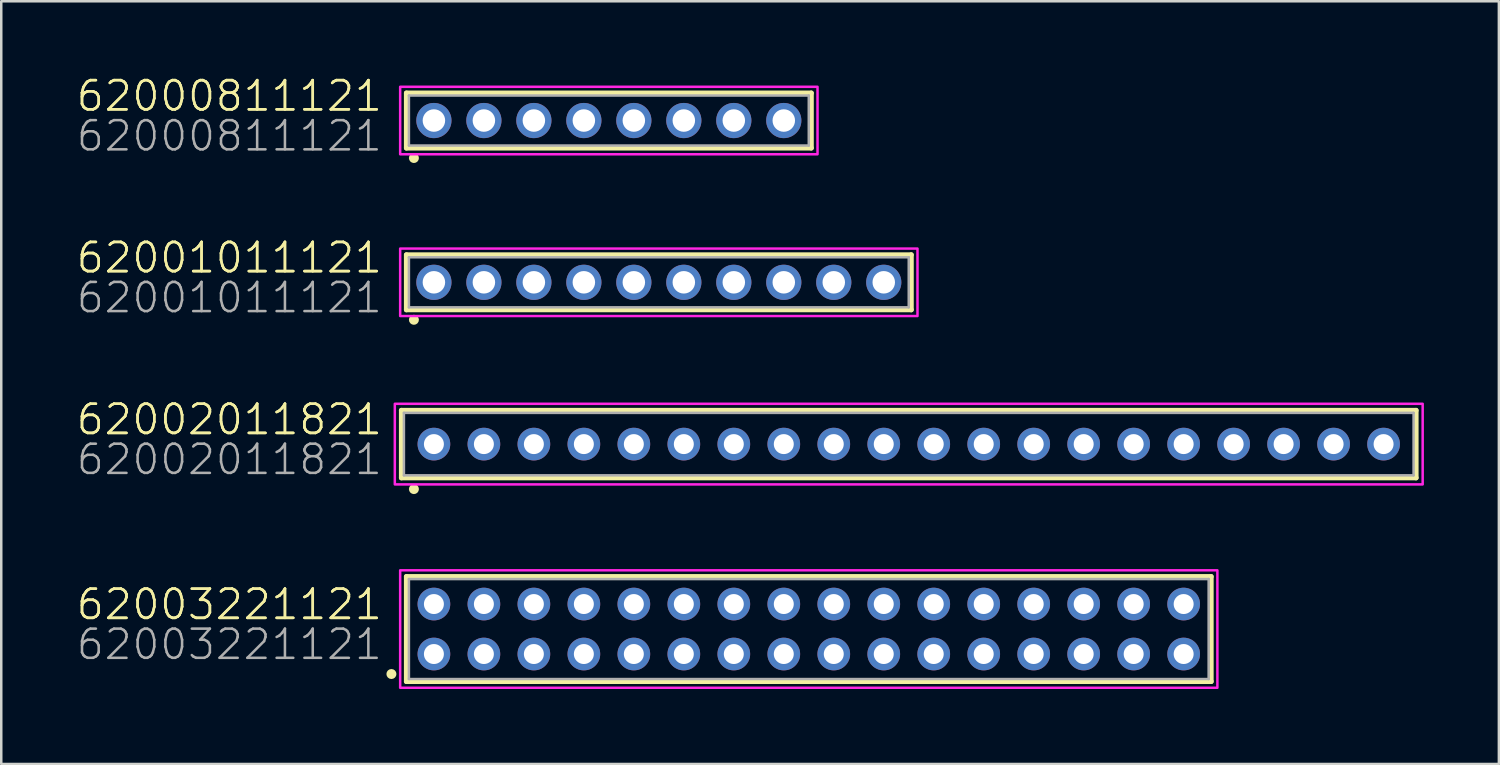
<source format=kicad_pcb>
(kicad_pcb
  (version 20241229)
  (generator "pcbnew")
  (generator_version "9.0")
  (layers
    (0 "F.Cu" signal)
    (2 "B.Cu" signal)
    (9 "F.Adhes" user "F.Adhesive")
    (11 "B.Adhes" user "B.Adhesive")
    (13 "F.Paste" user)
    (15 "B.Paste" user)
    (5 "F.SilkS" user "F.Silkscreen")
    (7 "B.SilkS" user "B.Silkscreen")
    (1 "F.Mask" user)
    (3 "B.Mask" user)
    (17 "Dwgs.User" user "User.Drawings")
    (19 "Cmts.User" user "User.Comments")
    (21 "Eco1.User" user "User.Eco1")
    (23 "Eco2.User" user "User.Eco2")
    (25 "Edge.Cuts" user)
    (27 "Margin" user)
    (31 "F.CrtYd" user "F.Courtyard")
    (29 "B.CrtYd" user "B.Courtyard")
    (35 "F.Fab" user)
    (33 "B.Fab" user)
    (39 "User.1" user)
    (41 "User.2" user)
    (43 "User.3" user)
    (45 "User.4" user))
  (footprint "62000811121"
    (layer "F.Cu")
    (at 21.312 1.773)
    (property "Reference" "62000811121" (at -9 -0.3 0) (unlocked yes) (layer "F.SilkS") (effects (font (size 1.168 1.168) (thickness 0.102)) (justify right bottom)))
    (property "Value" "62000811121" (at -9 1.3 0) (unlocked yes) (layer "F.Fab") (hide yes) (effects (font (size 1.168 1.168) (thickness 0.102)) (justify right bottom)))
    (fp_line (start -8.1 -1.1) (end 8.1 -1.1) (stroke (width 0.2) (type solid)) (layer "F.SilkS"))
    (fp_line (start -8.1 1.1) (end -8.1 -1.1) (stroke (width 0.2) (type solid)) (layer "F.SilkS"))
    (fp_line (start 8.1 -1.1) (end 8.1 1.1) (stroke (width 0.2) (type solid)) (layer "F.SilkS"))
    (fp_line (start 8.1 1.1) (end -8.1 1.1) (stroke (width 0.2) (type solid)) (layer "F.SilkS"))
    (fp_circle (center -7.8 1.5) (end -7.7 1.5) (stroke (width 0.2) (type solid)) (fill no) (layer "F.SilkS"))
    (fp_poly (pts (xy 8.35 1.35) (xy -8.35 1.35) (xy -8.35 -1.35) (xy 8.35 -1.35)) (stroke (width 0.1) (type default)) (fill no) (layer "F.CrtYd"))
    (fp_line (start -8 -1) (end -8 1) (stroke (width 0.1) (type solid)) (layer "F.Fab"))
    (fp_line (start -8 1) (end 8 1) (stroke (width 0.1) (type solid)) (layer "F.Fab"))
    (fp_line (start 8 -1) (end -8 -1) (stroke (width 0.1) (type solid)) (layer "F.Fab"))
    (fp_line (start 8 1) (end 8 -1) (stroke (width 0.1) (type solid)) (layer "F.Fab"))
    (fp_text user "${REFERENCE}" (at -9 -0.3 0) (unlocked yes) (layer "F.SilkS") (effects (font (size 1.168 1.168) (thickness 0.102)) (justify right bottom)))
    (fp_text user "${VALUE}" (at -9 1.3 0) (unlocked yes) (layer "F.Fab") (effects (font (size 1.168 1.168) (thickness 0.102)) (justify right bottom)))
    (pad "1" thru_hole circle (at -7 0) (size 1.408 1.408) (drill 0.9) (layers "*.Cu" "*.Mask"))
    (pad "2" thru_hole circle (at -5 0) (size 1.408 1.408) (drill 0.9) (layers "*.Cu" "*.Mask"))
    (pad "3" thru_hole circle (at -3 0) (size 1.408 1.408) (drill 0.9) (layers "*.Cu" "*.Mask"))
    (pad "4" thru_hole circle (at -1 0) (size 1.408 1.408) (drill 0.9) (layers "*.Cu" "*.Mask"))
    (pad "5" thru_hole circle (at 1 0) (size 1.408 1.408) (drill 0.9) (layers "*.Cu" "*.Mask"))
    (pad "6" thru_hole circle (at 3 0) (size 1.408 1.408) (drill 0.9) (layers "*.Cu" "*.Mask"))
    (pad "7" thru_hole circle (at 5 0) (size 1.408 1.408) (drill 0.9) (layers "*.Cu" "*.Mask"))
    (pad "8" thru_hole circle (at 7 0) (size 1.408 1.408) (drill 0.9) (layers "*.Cu" "*.Mask")))
  (footprint "62001011121"
    (layer "F.Cu")
    (at 23.312 8.246)
    (property "Reference" "62001011121" (at -11 -0.3 0) (unlocked yes) (layer "F.SilkS") (effects (font (size 1.168 1.168) (thickness 0.102)) (justify right bottom)))
    (property "Value" "62001011121" (at -11 1.3 0) (unlocked yes) (layer "F.Fab") (hide yes) (effects (font (size 1.168 1.168) (thickness 0.102)) (justify right bottom)))
    (fp_line (start -10.1 -1.1) (end 10.1 -1.1) (stroke (width 0.2) (type solid)) (layer "F.SilkS"))
    (fp_line (start -10.1 1.1) (end -10.1 -1.1) (stroke (width 0.2) (type solid)) (layer "F.SilkS"))
    (fp_line (start 10.1 -1.1) (end 10.1 1.1) (stroke (width 0.2) (type solid)) (layer "F.SilkS"))
    (fp_line (start 10.1 1.1) (end -10.1 1.1) (stroke (width 0.2) (type solid)) (layer "F.SilkS"))
    (fp_circle (center -9.8 1.5) (end -9.7 1.5) (stroke (width 0.2) (type solid)) (fill no) (layer "F.SilkS"))
    (fp_poly (pts (xy 10.35 1.35) (xy -10.35 1.35) (xy -10.35 -1.35) (xy 10.35 -1.35)) (stroke (width 0.1) (type default)) (fill no) (layer "F.CrtYd"))
    (fp_line (start -10 -1) (end -10 1) (stroke (width 0.1) (type solid)) (layer "F.Fab"))
    (fp_line (start -10 1) (end 10 1) (stroke (width 0.1) (type solid)) (layer "F.Fab"))
    (fp_line (start 10 -1) (end -10 -1) (stroke (width 0.1) (type solid)) (layer "F.Fab"))
    (fp_line (start 10 1) (end 10 -1) (stroke (width 0.1) (type solid)) (layer "F.Fab"))
    (fp_text user "${REFERENCE}" (at -11 -0.3 0) (unlocked yes) (layer "F.SilkS") (effects (font (size 1.168 1.168) (thickness 0.102)) (justify right bottom)))
    (fp_text user "${VALUE}" (at -11 1.3 0) (unlocked yes) (layer "F.Fab") (effects (font (size 1.168 1.168) (thickness 0.102)) (justify right bottom)))
    (pad "1" thru_hole circle (at -9 0) (size 1.408 1.408) (drill 0.9) (layers "*.Cu" "*.Mask"))
    (pad "2" thru_hole circle (at -7 0) (size 1.408 1.408) (drill 0.9) (layers "*.Cu" "*.Mask"))
    (pad "3" thru_hole circle (at -5 0) (size 1.408 1.408) (drill 0.9) (layers "*.Cu" "*.Mask"))
    (pad "4" thru_hole circle (at -3 0) (size 1.408 1.408) (drill 0.9) (layers "*.Cu" "*.Mask"))
    (pad "5" thru_hole circle (at -1 0) (size 1.408 1.408) (drill 0.9) (layers "*.Cu" "*.Mask"))
    (pad "6" thru_hole circle (at 1 0) (size 1.408 1.408) (drill 0.9) (layers "*.Cu" "*.Mask"))
    (pad "7" thru_hole circle (at 3 0) (size 1.408 1.408) (drill 0.9) (layers "*.Cu" "*.Mask"))
    (pad "8" thru_hole circle (at 5 0) (size 1.408 1.408) (drill 0.9) (layers "*.Cu" "*.Mask"))
    (pad "9" thru_hole circle (at 7 0) (size 1.408 1.408) (drill 0.9) (layers "*.Cu" "*.Mask"))
    (pad "10" thru_hole circle (at 9 0) (size 1.408 1.408) (drill 0.9) (layers "*.Cu" "*.Mask")))
  (footprint "62002011821"
    (layer "F.Cu")
    (at 33.312 14.72)
    (property "Reference" "62002011821" (at -21 -0.3 0) (unlocked yes) (layer "F.SilkS") (effects (font (size 1.168 1.168) (thickness 0.102)) (justify right bottom)))
    (property "Value" "62002011821" (at -21 1.3 0) (unlocked yes) (layer "F.Fab") (hide yes) (effects (font (size 1.168 1.168) (thickness 0.102)) (justify right bottom)))
    (fp_line (start -20.3 -1.35) (end -20.3 1.35) (stroke (width 0.2) (type solid)) (layer "F.SilkS"))
    (fp_line (start -20.3 1.35) (end 20.3 1.35) (stroke (width 0.2) (type solid)) (layer "F.SilkS"))
    (fp_line (start 20.3 -1.35) (end -20.3 -1.35) (stroke (width 0.2) (type solid)) (layer "F.SilkS"))
    (fp_line (start 20.3 1.35) (end 20.3 -1.35) (stroke (width 0.2) (type solid)) (layer "F.SilkS"))
    (fp_circle (center -19.8 1.8) (end -19.7 1.8) (stroke (width 0.2) (type solid)) (fill no) (layer "F.SilkS"))
    (fp_poly (pts (xy 20.564 1.613) (xy -20.564 1.613) (xy -20.564 -1.613) (xy 20.564 -1.613)) (stroke (width 0.1) (type default)) (fill no) (layer "F.CrtYd"))
    (fp_line (start -20.2 -1.25) (end -20.2 1.25) (stroke (width 0.1) (type solid)) (layer "F.Fab"))
    (fp_line (start -20.2 1.25) (end 20.2 1.25) (stroke (width 0.1) (type solid)) (layer "F.Fab"))
    (fp_line (start 20.2 -1.25) (end -20.2 -1.25) (stroke (width 0.1) (type solid)) (layer "F.Fab"))
    (fp_line (start 20.2 1.25) (end 20.2 -1.25) (stroke (width 0.1) (type solid)) (layer "F.Fab"))
    (fp_text user "${REFERENCE}" (at -21 -0.3 0) (unlocked yes) (layer "F.SilkS") (effects (font (size 1.168 1.168) (thickness 0.102)) (justify right bottom)))
    (fp_text user "${VALUE}" (at -21 1.3 0) (unlocked yes) (layer "F.Fab") (effects (font (size 1.168 1.168) (thickness 0.102)) (justify right bottom)))
    (pad "1" thru_hole circle (at -19 0) (size 1.308 1.308) (drill 0.8) (layers "*.Cu" "*.Mask"))
    (pad "2" thru_hole circle (at -17 0) (size 1.308 1.308) (drill 0.8) (layers "*.Cu" "*.Mask"))
    (pad "3" thru_hole circle (at -15 0) (size 1.308 1.308) (drill 0.8) (layers "*.Cu" "*.Mask"))
    (pad "4" thru_hole circle (at -13 0) (size 1.308 1.308) (drill 0.8) (layers "*.Cu" "*.Mask"))
    (pad "5" thru_hole circle (at -11 0) (size 1.308 1.308) (drill 0.8) (layers "*.Cu" "*.Mask"))
    (pad "6" thru_hole circle (at -9 0) (size 1.308 1.308) (drill 0.8) (layers "*.Cu" "*.Mask"))
    (pad "7" thru_hole circle (at -7 0) (size 1.308 1.308) (drill 0.8) (layers "*.Cu" "*.Mask"))
    (pad "8" thru_hole circle (at -5 0) (size 1.308 1.308) (drill 0.8) (layers "*.Cu" "*.Mask"))
    (pad "9" thru_hole circle (at -3 0) (size 1.308 1.308) (drill 0.8) (layers "*.Cu" "*.Mask"))
    (pad "10" thru_hole circle (at -1 0) (size 1.308 1.308) (drill 0.8) (layers "*.Cu" "*.Mask"))
    (pad "11" thru_hole circle (at 1 0) (size 1.308 1.308) (drill 0.8) (layers "*.Cu" "*.Mask"))
    (pad "12" thru_hole circle (at 3 0) (size 1.308 1.308) (drill 0.8) (layers "*.Cu" "*.Mask"))
    (pad "13" thru_hole circle (at 5 0) (size 1.308 1.308) (drill 0.8) (layers "*.Cu" "*.Mask"))
    (pad "14" thru_hole circle (at 7 0) (size 1.308 1.308) (drill 0.8) (layers "*.Cu" "*.Mask"))
    (pad "15" thru_hole circle (at 9 0) (size 1.308 1.308) (drill 0.8) (layers "*.Cu" "*.Mask"))
    (pad "16" thru_hole circle (at 11 0) (size 1.308 1.308) (drill 0.8) (layers "*.Cu" "*.Mask"))
    (pad "17" thru_hole circle (at 13 0) (size 1.308 1.308) (drill 0.8) (layers "*.Cu" "*.Mask"))
    (pad "18" thru_hole circle (at 15 0) (size 1.308 1.308) (drill 0.8) (layers "*.Cu" "*.Mask"))
    (pad "19" thru_hole circle (at 17 0) (size 1.308 1.308) (drill 0.8) (layers "*.Cu" "*.Mask"))
    (pad "20" thru_hole circle (at 19 0) (size 1.308 1.308) (drill 0.8) (layers "*.Cu" "*.Mask")))
  (footprint "62003221121"
    (layer "F.Cu")
    (at 29.312 22.12)
    (property "Reference" "62003221121" (at -17 -0.3 0) (unlocked yes) (layer "F.SilkS") (effects (font (size 1.168 1.168) (thickness 0.102)) (justify right bottom)))
    (property "Value" "62003221121" (at -17 1.3 0) (unlocked yes) (layer "F.Fab") (hide yes) (effects (font (size 1.168 1.168) (thickness 0.102)) (justify right bottom)))
    (fp_line (start -16.1 -2.1) (end 16.1 -2.1) (stroke (width 0.2) (type solid)) (layer "F.SilkS"))
    (fp_line (start -16.1 2.1) (end -16.1 -2.1) (stroke (width 0.2) (type solid)) (layer "F.SilkS"))
    (fp_line (start 16.1 -2.1) (end 16.1 2.1) (stroke (width 0.2) (type solid)) (layer "F.SilkS"))
    (fp_line (start 16.1 2.1) (end -16.1 2.1) (stroke (width 0.2) (type solid)) (layer "F.SilkS"))
    (fp_circle (center -16.7 1.8) (end -16.6 1.8) (stroke (width 0.2) (type solid)) (fill no) (layer "F.SilkS"))
    (fp_poly (pts (xy 16.35 2.35) (xy -16.35 2.35) (xy -16.35 -2.35) (xy 16.35 -2.35)) (stroke (width 0.1) (type default)) (fill no) (layer "F.CrtYd"))
    (fp_line (start -16 -2) (end -16 2) (stroke (width 0.1) (type solid)) (layer "F.Fab"))
    (fp_line (start -16 2) (end 16 2) (stroke (width 0.1) (type solid)) (layer "F.Fab"))
    (fp_line (start 16 -2) (end -16 -2) (stroke (width 0.1) (type solid)) (layer "F.Fab"))
    (fp_line (start 16 2) (end 16 -2) (stroke (width 0.1) (type solid)) (layer "F.Fab"))
    (fp_text user "${REFERENCE}" (at -17 -0.3 0) (unlocked yes) (layer "F.SilkS") (effects (font (size 1.168 1.168) (thickness 0.102)) (justify right bottom)))
    (fp_text user "${VALUE}" (at -17 1.3 0) (unlocked yes) (layer "F.Fab") (effects (font (size 1.168 1.168) (thickness 0.102)) (justify right bottom)))
    (pad "1" thru_hole circle (at -15 1) (size 1.308 1.308) (drill 0.8) (layers "*.Cu" "*.Mask"))
    (pad "2" thru_hole circle (at -15 -1) (size 1.308 1.308) (drill 0.8) (layers "*.Cu" "*.Mask"))
    (pad "3" thru_hole circle (at -13 1) (size 1.308 1.308) (drill 0.8) (layers "*.Cu" "*.Mask"))
    (pad "4" thru_hole circle (at -13 -1) (size 1.308 1.308) (drill 0.8) (layers "*.Cu" "*.Mask"))
    (pad "5" thru_hole circle (at -11 1) (size 1.308 1.308) (drill 0.8) (layers "*.Cu" "*.Mask"))
    (pad "6" thru_hole circle (at -11 -1) (size 1.308 1.308) (drill 0.8) (layers "*.Cu" "*.Mask"))
    (pad "7" thru_hole circle (at -9 1) (size 1.308 1.308) (drill 0.8) (layers "*.Cu" "*.Mask"))
    (pad "8" thru_hole circle (at -9 -1) (size 1.308 1.308) (drill 0.8) (layers "*.Cu" "*.Mask"))
    (pad "9" thru_hole circle (at -7 1) (size 1.308 1.308) (drill 0.8) (layers "*.Cu" "*.Mask"))
    (pad "10" thru_hole circle (at -7 -1) (size 1.308 1.308) (drill 0.8) (layers "*.Cu" "*.Mask"))
    (pad "11" thru_hole circle (at -5 1) (size 1.308 1.308) (drill 0.8) (layers "*.Cu" "*.Mask"))
    (pad "12" thru_hole circle (at -5 -1) (size 1.308 1.308) (drill 0.8) (layers "*.Cu" "*.Mask"))
    (pad "13" thru_hole circle (at -3 1) (size 1.308 1.308) (drill 0.8) (layers "*.Cu" "*.Mask"))
    (pad "14" thru_hole circle (at -3 -1) (size 1.308 1.308) (drill 0.8) (layers "*.Cu" "*.Mask"))
    (pad "15" thru_hole circle (at -1 1) (size 1.308 1.308) (drill 0.8) (layers "*.Cu" "*.Mask"))
    (pad "16" thru_hole circle (at -1 -1) (size 1.308 1.308) (drill 0.8) (layers "*.Cu" "*.Mask"))
    (pad "17" thru_hole circle (at 1 1) (size 1.308 1.308) (drill 0.8) (layers "*.Cu" "*.Mask"))
    (pad "18" thru_hole circle (at 1 -1) (size 1.308 1.308) (drill 0.8) (layers "*.Cu" "*.Mask"))
    (pad "19" thru_hole circle (at 3 1) (size 1.308 1.308) (drill 0.8) (layers "*.Cu" "*.Mask"))
    (pad "20" thru_hole circle (at 3 -1) (size 1.308 1.308) (drill 0.8) (layers "*.Cu" "*.Mask"))
    (pad "21" thru_hole circle (at 5 1) (size 1.308 1.308) (drill 0.8) (layers "*.Cu" "*.Mask"))
    (pad "22" thru_hole circle (at 5 -1) (size 1.308 1.308) (drill 0.8) (layers "*.Cu" "*.Mask"))
    (pad "23" thru_hole circle (at 7 1) (size 1.308 1.308) (drill 0.8) (layers "*.Cu" "*.Mask"))
    (pad "24" thru_hole circle (at 7 -1) (size 1.308 1.308) (drill 0.8) (layers "*.Cu" "*.Mask"))
    (pad "25" thru_hole circle (at 9 1) (size 1.308 1.308) (drill 0.8) (layers "*.Cu" "*.Mask"))
    (pad "26" thru_hole circle (at 9 -1) (size 1.308 1.308) (drill 0.8) (layers "*.Cu" "*.Mask"))
    (pad "27" thru_hole circle (at 11 1) (size 1.308 1.308) (drill 0.8) (layers "*.Cu" "*.Mask"))
    (pad "28" thru_hole circle (at 11 -1) (size 1.308 1.308) (drill 0.8) (layers "*.Cu" "*.Mask"))
    (pad "29" thru_hole circle (at 13 1) (size 1.308 1.308) (drill 0.8) (layers "*.Cu" "*.Mask"))
    (pad "30" thru_hole circle (at 13 -1) (size 1.308 1.308) (drill 0.8) (layers "*.Cu" "*.Mask"))
    (pad "31" thru_hole circle (at 15 1) (size 1.308 1.308) (drill 0.8) (layers "*.Cu" "*.Mask"))
    (pad "32" thru_hole circle (at 15 -1) (size 1.308 1.308) (drill 0.8) (layers "*.Cu" "*.Mask")))
  (gr_rect
    (start -3 -3)
    (end 56.925 27.52)
    (stroke (width 0.1) (type default))
    (fill no)
    (layer "Edge.Cuts")))
</source>
